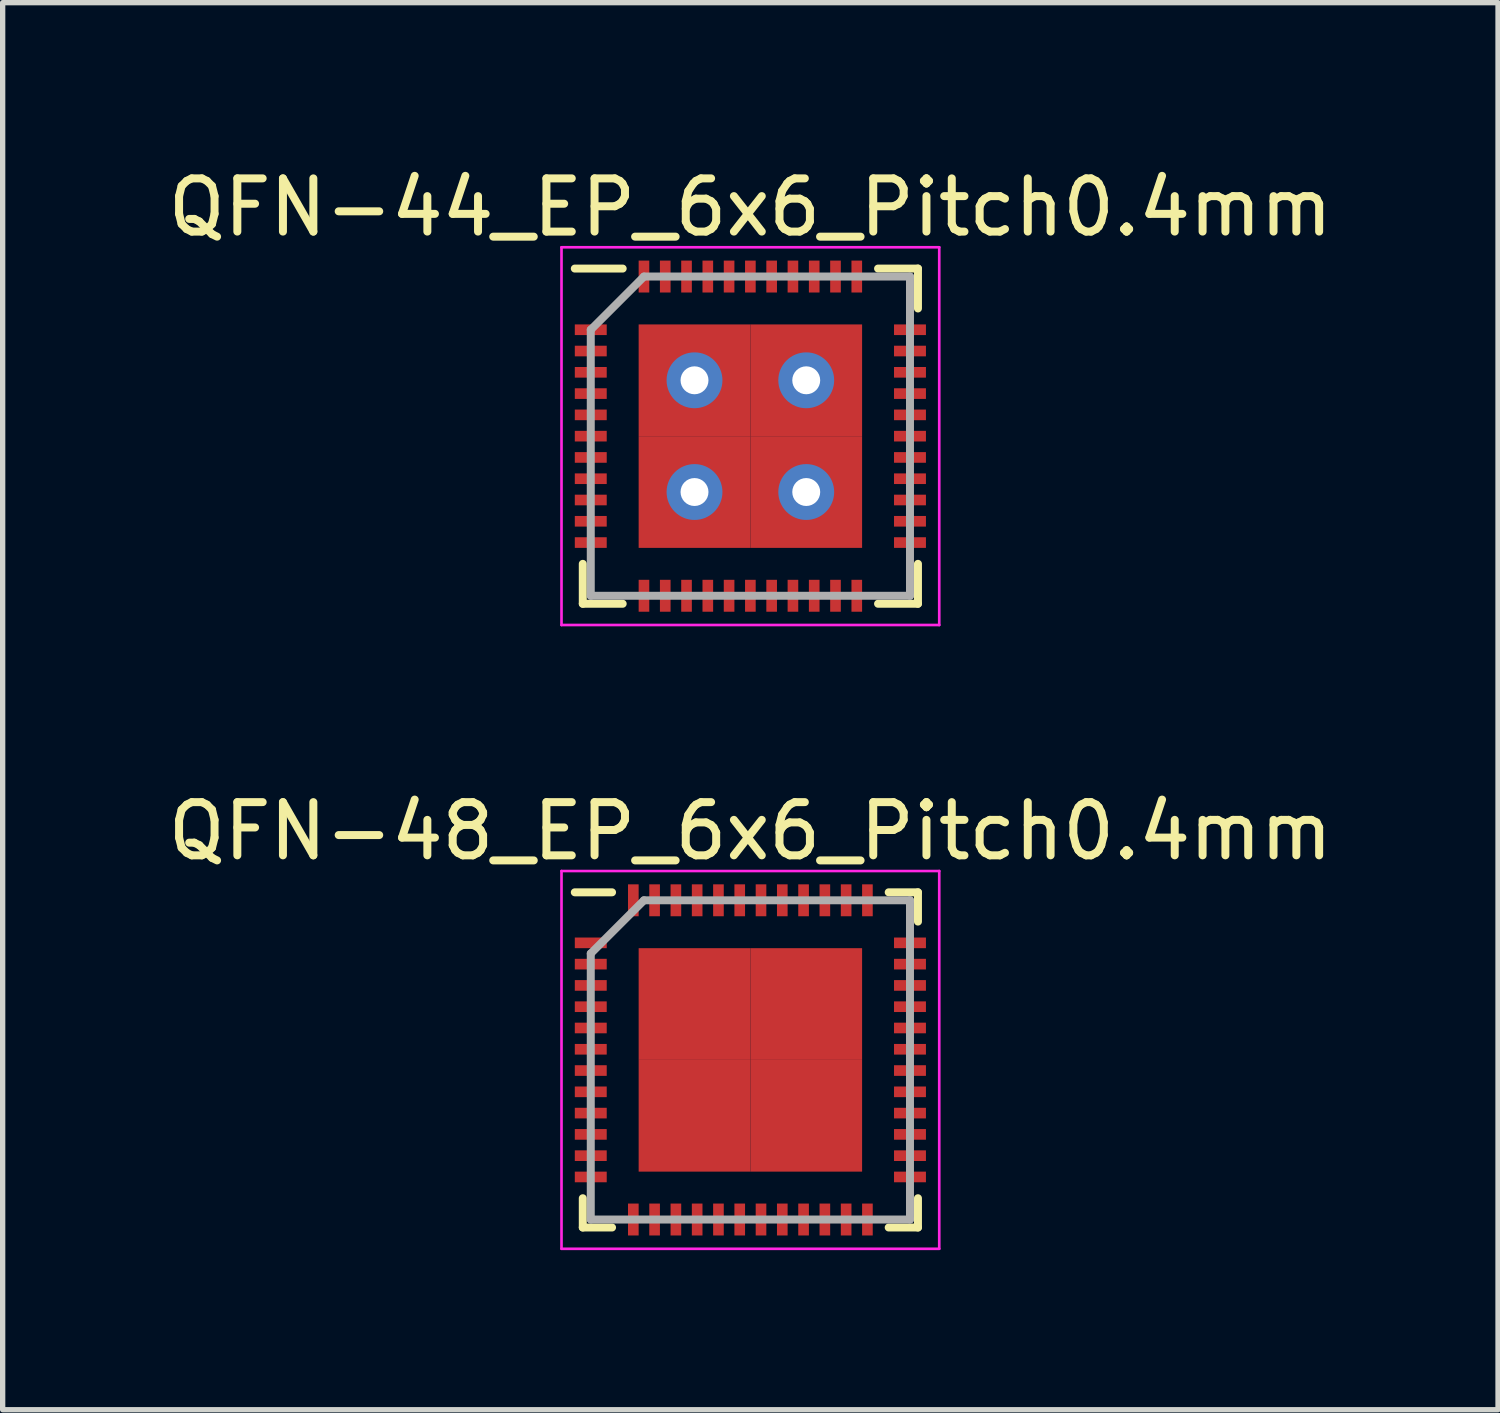
<source format=kicad_pcb>
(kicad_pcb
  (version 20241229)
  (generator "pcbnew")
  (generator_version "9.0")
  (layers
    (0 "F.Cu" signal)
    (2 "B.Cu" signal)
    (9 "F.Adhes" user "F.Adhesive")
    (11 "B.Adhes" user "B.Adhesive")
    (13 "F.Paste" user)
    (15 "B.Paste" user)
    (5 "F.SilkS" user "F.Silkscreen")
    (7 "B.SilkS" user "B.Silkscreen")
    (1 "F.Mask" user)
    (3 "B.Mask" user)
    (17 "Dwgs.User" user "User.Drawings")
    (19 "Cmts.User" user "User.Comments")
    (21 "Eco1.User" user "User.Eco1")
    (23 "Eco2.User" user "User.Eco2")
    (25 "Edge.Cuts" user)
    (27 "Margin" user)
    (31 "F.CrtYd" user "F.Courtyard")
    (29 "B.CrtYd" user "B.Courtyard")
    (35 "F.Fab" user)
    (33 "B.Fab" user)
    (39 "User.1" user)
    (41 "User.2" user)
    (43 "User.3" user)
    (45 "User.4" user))
  (footprint "QFN-48_EP_6x6_Pitch0.4mm"
    (layer "F.Cu")
    (at 11.054 16.872)
    (property "Reference" "QFN-48_EP_6x6_Pitch0.4mm" (at 0 -4.3 0) (layer "F.SilkS") (effects (font (size 1 1) (thickness 0.15))))
    (attr smd)
    (fp_line (start -3.15 3.15) (end -3.15 2.6) (stroke (width 0.15) (type solid)) (layer "F.SilkS"))
    (fp_line (start -2.6 -3.15) (end -3.3 -3.15) (stroke (width 0.15) (type solid)) (layer "F.SilkS"))
    (fp_line (start -2.6 3.15) (end -3.15 3.15) (stroke (width 0.15) (type solid)) (layer "F.SilkS"))
    (fp_line (start 2.6 -3.15) (end 3.15 -3.15) (stroke (width 0.15) (type solid)) (layer "F.SilkS"))
    (fp_line (start 2.6 3.15) (end 3.15 3.15) (stroke (width 0.15) (type solid)) (layer "F.SilkS"))
    (fp_line (start 3.15 -3.15) (end 3.15 -2.6) (stroke (width 0.15) (type solid)) (layer "F.SilkS"))
    (fp_line (start 3.15 3.15) (end 3.15 2.6) (stroke (width 0.15) (type solid)) (layer "F.SilkS"))
    (fp_line (start -3.55 -3.55) (end 3.55 -3.55) (stroke (width 0.05) (type solid)) (layer "F.CrtYd"))
    (fp_line (start -3.55 3.55) (end -3.55 -3.55) (stroke (width 0.05) (type solid)) (layer "F.CrtYd"))
    (fp_line (start 3.55 -3.55) (end 3.55 3.55) (stroke (width 0.05) (type solid)) (layer "F.CrtYd"))
    (fp_line (start 3.55 3.55) (end -3.55 3.55) (stroke (width 0.05) (type solid)) (layer "F.CrtYd"))
    (fp_line (start -3 -2) (end -3 3) (stroke (width 0.15) (type solid)) (layer "F.Fab"))
    (fp_line (start -3 3) (end 3 3) (stroke (width 0.15) (type solid)) (layer "F.Fab"))
    (fp_line (start -2 -3) (end -3 -2) (stroke (width 0.15) (type solid)) (layer "F.Fab"))
    (fp_line (start 3 -3) (end -2 -3) (stroke (width 0.15) (type solid)) (layer "F.Fab"))
    (fp_line (start 3 3) (end 3 -3) (stroke (width 0.15) (type solid)) (layer "F.Fab"))
    (pad "1" smd rect (at -3 -2.2 90) (size 0.2 0.6) (layers "F.Cu" "F.Mask" "F.Paste"))
    (pad "2" smd rect (at -3 -1.8 90) (size 0.2 0.6) (layers "F.Cu" "F.Mask" "F.Paste"))
    (pad "3" smd rect (at -3 -1.4 90) (size 0.2 0.6) (layers "F.Cu" "F.Mask" "F.Paste"))
    (pad "4" smd rect (at -3 -1 90) (size 0.2 0.6) (layers "F.Cu" "F.Mask" "F.Paste"))
    (pad "5" smd rect (at -3 -0.6 90) (size 0.2 0.6) (layers "F.Cu" "F.Mask" "F.Paste"))
    (pad "6" smd rect (at -3 -0.2 90) (size 0.2 0.6) (layers "F.Cu" "F.Mask" "F.Paste"))
    (pad "7" smd rect (at -3 0.2 90) (size 0.2 0.6) (layers "F.Cu" "F.Mask" "F.Paste"))
    (pad "8" smd rect (at -3 0.6 90) (size 0.2 0.6) (layers "F.Cu" "F.Mask" "F.Paste"))
    (pad "9" smd rect (at -3 1 90) (size 0.2 0.6) (layers "F.Cu" "F.Mask" "F.Paste"))
    (pad "10" smd rect (at -3 1.4 90) (size 0.2 0.6) (layers "F.Cu" "F.Mask" "F.Paste"))
    (pad "11" smd rect (at -3 1.8 90) (size 0.2 0.6) (layers "F.Cu" "F.Mask" "F.Paste"))
    (pad "12" smd rect (at -3 2.2 90) (size 0.2 0.6) (layers "F.Cu" "F.Mask" "F.Paste"))
    (pad "13" smd rect (at -2.2 3) (size 0.2 0.6) (layers "F.Cu" "F.Mask" "F.Paste"))
    (pad "14" smd rect (at -1.8 3) (size 0.2 0.6) (layers "F.Cu" "F.Mask" "F.Paste"))
    (pad "15" smd rect (at -1.4 3) (size 0.2 0.6) (layers "F.Cu" "F.Mask" "F.Paste"))
    (pad "16" smd rect (at -1 3) (size 0.2 0.6) (layers "F.Cu" "F.Mask" "F.Paste"))
    (pad "17" smd rect (at -0.6 3) (size 0.2 0.6) (layers "F.Cu" "F.Mask" "F.Paste"))
    (pad "18" smd rect (at -0.2 3) (size 0.2 0.6) (layers "F.Cu" "F.Mask" "F.Paste"))
    (pad "19" smd rect (at 0.2 3) (size 0.2 0.6) (layers "F.Cu" "F.Mask" "F.Paste"))
    (pad "20" smd rect (at 0.6 3) (size 0.2 0.6) (layers "F.Cu" "F.Mask" "F.Paste"))
    (pad "21" smd rect (at 1 3) (size 0.2 0.6) (layers "F.Cu" "F.Mask" "F.Paste"))
    (pad "22" smd rect (at 1.4 3) (size 0.2 0.6) (layers "F.Cu" "F.Mask" "F.Paste"))
    (pad "23" smd rect (at 1.8 3) (size 0.2 0.6) (layers "F.Cu" "F.Mask" "F.Paste"))
    (pad "24" smd rect (at 2.2 3) (size 0.2 0.6) (layers "F.Cu" "F.Mask" "F.Paste"))
    (pad "25" smd rect (at 3 2.2 90) (size 0.2 0.6) (layers "F.Cu" "F.Mask" "F.Paste"))
    (pad "26" smd rect (at 3 1.8 90) (size 0.2 0.6) (layers "F.Cu" "F.Mask" "F.Paste"))
    (pad "27" smd rect (at 3 1.4 90) (size 0.2 0.6) (layers "F.Cu" "F.Mask" "F.Paste"))
    (pad "28" smd rect (at 3 1 90) (size 0.2 0.6) (layers "F.Cu" "F.Mask" "F.Paste"))
    (pad "29" smd rect (at 3 0.6 90) (size 0.2 0.6) (layers "F.Cu" "F.Mask" "F.Paste"))
    (pad "30" smd rect (at 3 0.2 90) (size 0.2 0.6) (layers "F.Cu" "F.Mask" "F.Paste"))
    (pad "31" smd rect (at 3 -0.2 90) (size 0.2 0.6) (layers "F.Cu" "F.Mask" "F.Paste"))
    (pad "32" smd rect (at 3 -0.6 90) (size 0.2 0.6) (layers "F.Cu" "F.Mask" "F.Paste"))
    (pad "33" smd rect (at 3 -1 90) (size 0.2 0.6) (layers "F.Cu" "F.Mask" "F.Paste"))
    (pad "34" smd rect (at 3 -1.4 90) (size 0.2 0.6) (layers "F.Cu" "F.Mask" "F.Paste"))
    (pad "35" smd rect (at 3 -1.8 90) (size 0.2 0.6) (layers "F.Cu" "F.Mask" "F.Paste"))
    (pad "36" smd rect (at 3 -2.2 90) (size 0.2 0.6) (layers "F.Cu" "F.Mask" "F.Paste"))
    (pad "37" smd rect (at 2.2 -3) (size 0.2 0.6) (layers "F.Cu" "F.Mask" "F.Paste"))
    (pad "38" smd rect (at 1.8 -3) (size 0.2 0.6) (layers "F.Cu" "F.Mask" "F.Paste"))
    (pad "39" smd rect (at 1.4 -3) (size 0.2 0.6) (layers "F.Cu" "F.Mask" "F.Paste"))
    (pad "40" smd rect (at 1 -3) (size 0.2 0.6) (layers "F.Cu" "F.Mask" "F.Paste"))
    (pad "41" smd rect (at 0.6 -3) (size 0.2 0.6) (layers "F.Cu" "F.Mask" "F.Paste"))
    (pad "42" smd rect (at 0.2 -3) (size 0.2 0.6) (layers "F.Cu" "F.Mask" "F.Paste"))
    (pad "43" smd rect (at -0.2 -3) (size 0.2 0.6) (layers "F.Cu" "F.Mask" "F.Paste"))
    (pad "44" smd rect (at -0.6 -3) (size 0.2 0.6) (layers "F.Cu" "F.Mask" "F.Paste"))
    (pad "45" smd rect (at -1 -3) (size 0.2 0.6) (layers "F.Cu" "F.Mask" "F.Paste"))
    (pad "46" smd rect (at -1.4 -3) (size 0.2 0.6) (layers "F.Cu" "F.Mask" "F.Paste"))
    (pad "47" smd rect (at -1.8 -3) (size 0.2 0.6) (layers "F.Cu" "F.Mask" "F.Paste"))
    (pad "48" smd rect (at -2.2 -3) (size 0.2 0.6) (layers "F.Cu" "F.Mask" "F.Paste"))
    (pad "49" smd rect (at -1.05 -1.05) (size 2.1 2.1) (layers "F.Cu" "F.Mask" "F.Paste"))
    (pad "49" smd rect (at -1.05 1.05) (size 2.1 2.1) (layers "F.Cu" "F.Mask" "F.Paste"))
    (pad "49" smd rect (at 1.05 -1.05) (size 2.1 2.1) (layers "F.Cu" "F.Mask" "F.Paste"))
    (pad "49" smd rect (at 1.05 1.05) (size 2.1 2.1) (layers "F.Cu" "F.Mask" "F.Paste")))
  (footprint "QFN-44_EP_6x6_Pitch0.4mm"
    (layer "F.Cu")
    (at 11.054 5.148)
    (property "Reference" "QFN-44_EP_6x6_Pitch0.4mm" (at 0 -4.3 0) (layer "F.SilkS") (effects (font (size 1 1) (thickness 0.15))))
    (attr smd)
    (fp_line (start -3.15 3.15) (end -3.15 2.4) (stroke (width 0.15) (type solid)) (layer "F.SilkS"))
    (fp_line (start -2.4 -3.15) (end -3.3 -3.15) (stroke (width 0.15) (type solid)) (layer "F.SilkS"))
    (fp_line (start -2.4 3.15) (end -3.15 3.15) (stroke (width 0.15) (type solid)) (layer "F.SilkS"))
    (fp_line (start 2.4 -3.15) (end 3.15 -3.15) (stroke (width 0.15) (type solid)) (layer "F.SilkS"))
    (fp_line (start 2.4 3.15) (end 3.15 3.15) (stroke (width 0.15) (type solid)) (layer "F.SilkS"))
    (fp_line (start 3.15 -3.15) (end 3.15 -2.4) (stroke (width 0.15) (type solid)) (layer "F.SilkS"))
    (fp_line (start 3.15 3.15) (end 3.15 2.4) (stroke (width 0.15) (type solid)) (layer "F.SilkS"))
    (fp_line (start -3.55 -3.55) (end 3.55 -3.55) (stroke (width 0.05) (type solid)) (layer "F.CrtYd"))
    (fp_line (start -3.55 3.55) (end -3.55 -3.55) (stroke (width 0.05) (type solid)) (layer "F.CrtYd"))
    (fp_line (start 3.55 -3.55) (end 3.55 3.55) (stroke (width 0.05) (type solid)) (layer "F.CrtYd"))
    (fp_line (start 3.55 3.55) (end -3.55 3.55) (stroke (width 0.05) (type solid)) (layer "F.CrtYd"))
    (fp_line (start -3 -2) (end -3 3) (stroke (width 0.15) (type solid)) (layer "F.Fab"))
    (fp_line (start -3 3) (end 3 3) (stroke (width 0.15) (type solid)) (layer "F.Fab"))
    (fp_line (start -2 -3) (end -3 -2) (stroke (width 0.15) (type solid)) (layer "F.Fab"))
    (fp_line (start 3 -3) (end -2 -3) (stroke (width 0.15) (type solid)) (layer "F.Fab"))
    (fp_line (start 3 3) (end 3 -3) (stroke (width 0.15) (type solid)) (layer "F.Fab"))
    (pad "1" smd rect (at -3 -2 90) (size 0.2 0.6) (layers "F.Cu" "F.Mask" "F.Paste"))
    (pad "2" smd rect (at -3 -1.6 90) (size 0.2 0.6) (layers "F.Cu" "F.Mask" "F.Paste"))
    (pad "3" smd rect (at -3 -1.2 90) (size 0.2 0.6) (layers "F.Cu" "F.Mask" "F.Paste"))
    (pad "4" smd rect (at -3 -0.8 90) (size 0.2 0.6) (layers "F.Cu" "F.Mask" "F.Paste"))
    (pad "5" smd rect (at -3 -0.4 90) (size 0.2 0.6) (layers "F.Cu" "F.Mask" "F.Paste"))
    (pad "6" smd rect (at -3 0 90) (size 0.2 0.6) (layers "F.Cu" "F.Mask" "F.Paste"))
    (pad "7" smd rect (at -3 0.4 90) (size 0.2 0.6) (layers "F.Cu" "F.Mask" "F.Paste"))
    (pad "8" smd rect (at -3 0.8 90) (size 0.2 0.6) (layers "F.Cu" "F.Mask" "F.Paste"))
    (pad "9" smd rect (at -3 1.2 90) (size 0.2 0.6) (layers "F.Cu" "F.Mask" "F.Paste"))
    (pad "10" smd rect (at -3 1.6 90) (size 0.2 0.6) (layers "F.Cu" "F.Mask" "F.Paste"))
    (pad "11" smd rect (at -3 2 90) (size 0.2 0.6) (layers "F.Cu" "F.Mask" "F.Paste"))
    (pad "12" smd rect (at -2 3) (size 0.2 0.6) (layers "F.Cu" "F.Mask" "F.Paste"))
    (pad "13" smd rect (at -1.6 3) (size 0.2 0.6) (layers "F.Cu" "F.Mask" "F.Paste"))
    (pad "14" smd rect (at -1.2 3) (size 0.2 0.6) (layers "F.Cu" "F.Mask" "F.Paste"))
    (pad "15" smd rect (at -0.8 3) (size 0.2 0.6) (layers "F.Cu" "F.Mask" "F.Paste"))
    (pad "16" smd rect (at -0.4 3) (size 0.2 0.6) (layers "F.Cu" "F.Mask" "F.Paste"))
    (pad "17" smd rect (at 0 3) (size 0.2 0.6) (layers "F.Cu" "F.Mask" "F.Paste"))
    (pad "18" smd rect (at 0.4 3) (size 0.2 0.6) (layers "F.Cu" "F.Mask" "F.Paste"))
    (pad "19" smd rect (at 0.8 3) (size 0.2 0.6) (layers "F.Cu" "F.Mask" "F.Paste"))
    (pad "20" smd rect (at 1.2 3) (size 0.2 0.6) (layers "F.Cu" "F.Mask" "F.Paste"))
    (pad "21" smd rect (at 1.6 3) (size 0.2 0.6) (layers "F.Cu" "F.Mask" "F.Paste"))
    (pad "22" smd rect (at 2 3) (size 0.2 0.6) (layers "F.Cu" "F.Mask" "F.Paste"))
    (pad "23" smd rect (at 3 2 90) (size 0.2 0.6) (layers "F.Cu" "F.Mask" "F.Paste"))
    (pad "24" smd rect (at 3 1.6 90) (size 0.2 0.6) (layers "F.Cu" "F.Mask" "F.Paste"))
    (pad "25" smd rect (at 3 1.2 90) (size 0.2 0.6) (layers "F.Cu" "F.Mask" "F.Paste"))
    (pad "26" smd rect (at 3 0.8 90) (size 0.2 0.6) (layers "F.Cu" "F.Mask" "F.Paste"))
    (pad "27" smd rect (at 3 0.4 90) (size 0.2 0.6) (layers "F.Cu" "F.Mask" "F.Paste"))
    (pad "28" smd rect (at 3 0 90) (size 0.2 0.6) (layers "F.Cu" "F.Mask" "F.Paste"))
    (pad "29" smd rect (at 3 -0.4 90) (size 0.2 0.6) (layers "F.Cu" "F.Mask" "F.Paste"))
    (pad "30" smd rect (at 3 -0.8 90) (size 0.2 0.6) (layers "F.Cu" "F.Mask" "F.Paste"))
    (pad "31" smd rect (at 3 -1.2 90) (size 0.2 0.6) (layers "F.Cu" "F.Mask" "F.Paste"))
    (pad "32" smd rect (at 3 -1.6 90) (size 0.2 0.6) (layers "F.Cu" "F.Mask" "F.Paste"))
    (pad "33" smd rect (at 3 -2 90) (size 0.2 0.6) (layers "F.Cu" "F.Mask" "F.Paste"))
    (pad "34" smd rect (at 2 -3) (size 0.2 0.6) (layers "F.Cu" "F.Mask" "F.Paste"))
    (pad "35" smd rect (at 1.6 -3) (size 0.2 0.6) (layers "F.Cu" "F.Mask" "F.Paste"))
    (pad "36" smd rect (at 1.2 -3) (size 0.2 0.6) (layers "F.Cu" "F.Mask" "F.Paste"))
    (pad "37" smd rect (at 0.8 -3) (size 0.2 0.6) (layers "F.Cu" "F.Mask" "F.Paste"))
    (pad "38" smd rect (at 0.4 -3) (size 0.2 0.6) (layers "F.Cu" "F.Mask" "F.Paste"))
    (pad "39" smd rect (at 0 -3) (size 0.2 0.6) (layers "F.Cu" "F.Mask" "F.Paste"))
    (pad "40" smd rect (at -0.4 -3) (size 0.2 0.6) (layers "F.Cu" "F.Mask" "F.Paste"))
    (pad "41" smd rect (at -0.8 -3) (size 0.2 0.6) (layers "F.Cu" "F.Mask" "F.Paste"))
    (pad "42" smd rect (at -1.2 -3) (size 0.2 0.6) (layers "F.Cu" "F.Mask" "F.Paste"))
    (pad "43" smd rect (at -1.6 -3) (size 0.2 0.6) (layers "F.Cu" "F.Mask" "F.Paste"))
    (pad "44" smd rect (at -2 -3) (size 0.2 0.6) (layers "F.Cu" "F.Mask" "F.Paste"))
    (pad "45" thru_hole circle (at -1.05 -1.05) (size 1.05 1.05) (drill 0.525) (layers "*.Cu" "*.Mask"))
    (pad "45" smd rect (at -1.05 -1.05) (size 2.1 2.1) (layers "F.Cu" "F.Mask" "F.Paste"))
    (pad "45" thru_hole circle (at -1.05 1.05) (size 1.05 1.05) (drill 0.525) (layers "*.Cu" "*.Mask"))
    (pad "45" smd rect (at -1.05 1.05) (size 2.1 2.1) (layers "F.Cu" "F.Mask" "F.Paste"))
    (pad "45" thru_hole circle (at 1.05 -1.05) (size 1.05 1.05) (drill 0.525) (layers "*.Cu" "*.Mask"))
    (pad "45" smd rect (at 1.05 -1.05) (size 2.1 2.1) (layers "F.Cu" "F.Mask" "F.Paste"))
    (pad "45" thru_hole circle (at 1.05 1.05) (size 1.05 1.05) (drill 0.525) (layers "*.Cu" "*.Mask"))
    (pad "45" smd rect (at 1.05 1.05) (size 2.1 2.1) (layers "F.Cu" "F.Mask" "F.Paste")))
  (gr_rect
    (start -3 -3)
    (end 25.107 23.447)
    (stroke (width 0.1) (type default))
    (fill no)
    (layer "Edge.Cuts")))
</source>
